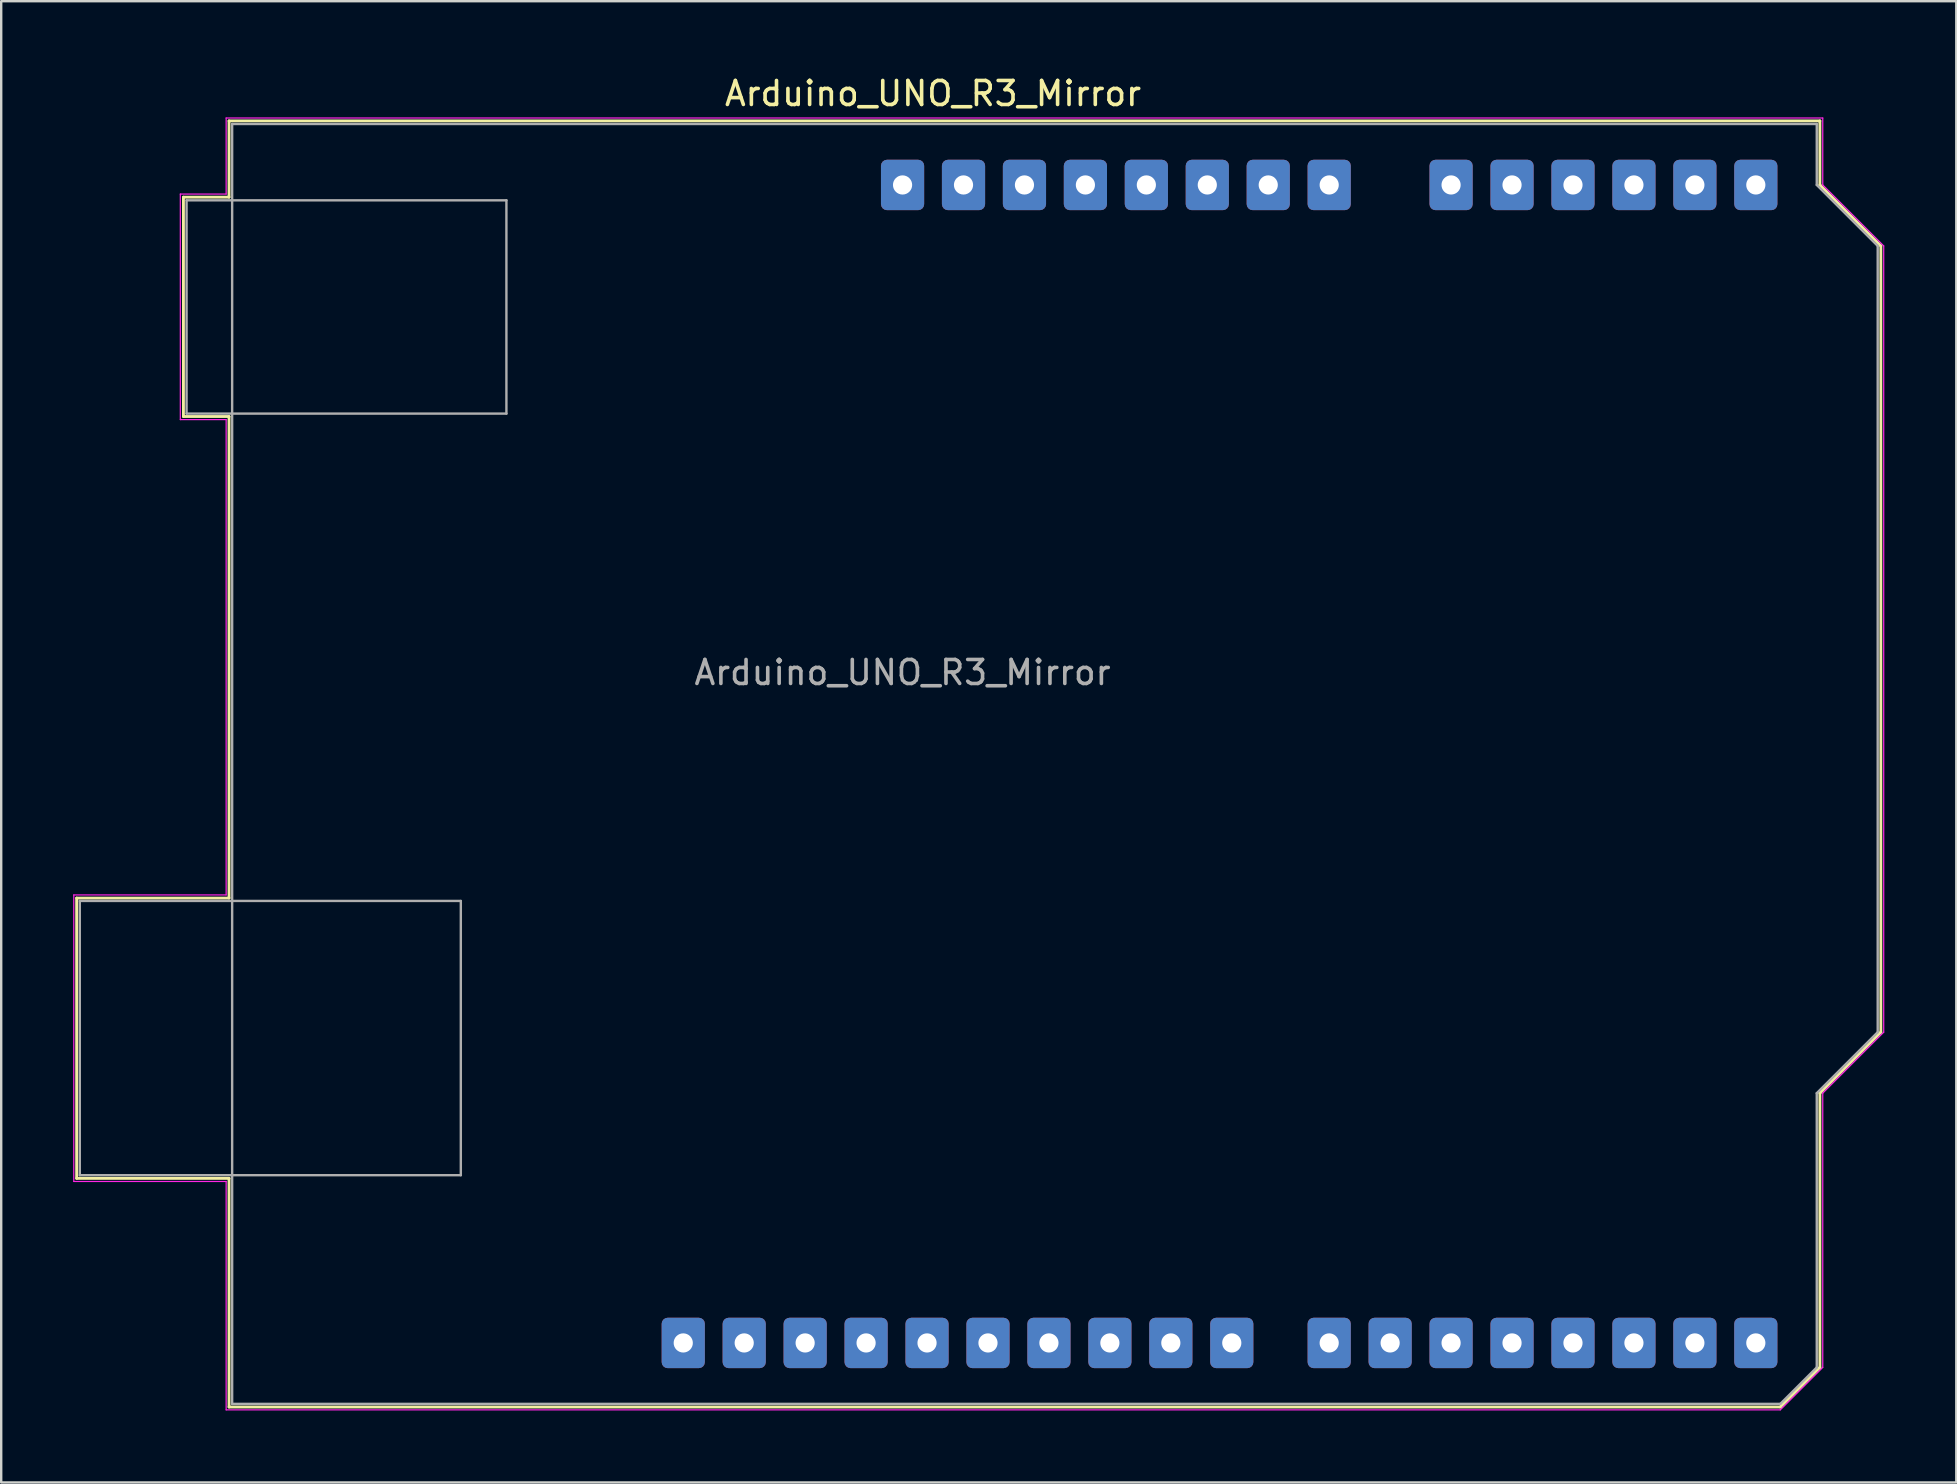
<source format=kicad_pcb>
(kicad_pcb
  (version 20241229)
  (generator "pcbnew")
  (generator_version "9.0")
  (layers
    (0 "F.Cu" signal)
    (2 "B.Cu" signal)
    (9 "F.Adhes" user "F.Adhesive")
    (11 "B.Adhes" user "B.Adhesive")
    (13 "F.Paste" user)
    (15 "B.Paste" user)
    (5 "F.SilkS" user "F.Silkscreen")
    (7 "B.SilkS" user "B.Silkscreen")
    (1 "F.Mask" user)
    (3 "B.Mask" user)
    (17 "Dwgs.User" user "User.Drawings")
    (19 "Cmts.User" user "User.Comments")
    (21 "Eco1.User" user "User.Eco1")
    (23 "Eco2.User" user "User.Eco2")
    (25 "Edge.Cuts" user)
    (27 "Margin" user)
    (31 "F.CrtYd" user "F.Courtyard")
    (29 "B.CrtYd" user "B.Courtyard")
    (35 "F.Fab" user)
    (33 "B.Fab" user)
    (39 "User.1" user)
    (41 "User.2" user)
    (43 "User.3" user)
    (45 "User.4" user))
  (footprint "Arduino_UNO_R3_Mirror"
    (layer "F.Cu")
    (at 34.565 4.658)
    (property "Reference" "Arduino_UNO_R3_Mirror" (at 1.27 -3.81 180) (layer "F.SilkS") (effects (font (size 1 1) (thickness 0.15))))
    (attr through_hole)
    (fp_line (start -34.42 29.72) (end -34.42 41.4) (stroke (width 0.12) (type solid)) (layer "F.SilkS"))
    (fp_line (start -34.42 41.4) (end -28.07 41.4) (stroke (width 0.12) (type solid)) (layer "F.SilkS"))
    (fp_line (start -29.97 0.51) (end -29.97 9.65) (stroke (width 0.12) (type solid)) (layer "F.SilkS"))
    (fp_line (start -29.97 9.65) (end -28.07 9.65) (stroke (width 0.12) (type solid)) (layer "F.SilkS"))
    (fp_line (start -28.07 -2.67) (end -28.07 0.51) (stroke (width 0.12) (type solid)) (layer "F.SilkS"))
    (fp_line (start -28.07 0.51) (end -29.97 0.51) (stroke (width 0.12) (type solid)) (layer "F.SilkS"))
    (fp_line (start -28.07 9.65) (end -28.07 29.72) (stroke (width 0.12) (type solid)) (layer "F.SilkS"))
    (fp_line (start -28.07 29.72) (end -34.42 29.72) (stroke (width 0.12) (type solid)) (layer "F.SilkS"))
    (fp_line (start -28.07 41.4) (end -28.07 50.93) (stroke (width 0.12) (type solid)) (layer "F.SilkS"))
    (fp_line (start -28.07 50.93) (end 36.58 50.93) (stroke (width 0.12) (type solid)) (layer "F.SilkS"))
    (fp_line (start 36.58 50.93) (end 38.23 49.28) (stroke (width 0.12) (type solid)) (layer "F.SilkS"))
    (fp_line (start 38.23 -2.67) (end -28.07 -2.67) (stroke (width 0.12) (type solid)) (layer "F.SilkS"))
    (fp_line (start 38.23 0) (end 38.23 -2.67) (stroke (width 0.12) (type solid)) (layer "F.SilkS"))
    (fp_line (start 38.23 37.85) (end 40.77 35.31) (stroke (width 0.12) (type solid)) (layer "F.SilkS"))
    (fp_line (start 38.23 49.28) (end 38.23 37.85) (stroke (width 0.12) (type solid)) (layer "F.SilkS"))
    (fp_line (start 40.77 2.54) (end 38.23 0) (stroke (width 0.12) (type solid)) (layer "F.SilkS"))
    (fp_line (start 40.77 35.31) (end 40.77 2.54) (stroke (width 0.12) (type solid)) (layer "F.SilkS"))
    (fp_line (start -34.54 29.59) (end -28.19 29.59) (stroke (width 0.05) (type solid)) (layer "F.CrtYd"))
    (fp_line (start -34.54 41.53) (end -34.54 29.59) (stroke (width 0.05) (type solid)) (layer "F.CrtYd"))
    (fp_line (start -30.1 0.38) (end -28.19 0.38) (stroke (width 0.05) (type solid)) (layer "F.CrtYd"))
    (fp_line (start -30.1 9.78) (end -30.1 0.38) (stroke (width 0.05) (type solid)) (layer "F.CrtYd"))
    (fp_line (start -28.19 -2.79) (end 38.35 -2.79) (stroke (width 0.05) (type solid)) (layer "F.CrtYd"))
    (fp_line (start -28.19 0.38) (end -28.19 -2.79) (stroke (width 0.05) (type solid)) (layer "F.CrtYd"))
    (fp_line (start -28.19 9.78) (end -30.1 9.78) (stroke (width 0.05) (type solid)) (layer "F.CrtYd"))
    (fp_line (start -28.19 29.59) (end -28.19 9.78) (stroke (width 0.05) (type solid)) (layer "F.CrtYd"))
    (fp_line (start -28.19 41.53) (end -34.54 41.53) (stroke (width 0.05) (type solid)) (layer "F.CrtYd"))
    (fp_line (start -28.19 51.05) (end -28.19 41.53) (stroke (width 0.05) (type solid)) (layer "F.CrtYd"))
    (fp_line (start 36.58 51.05) (end -28.19 51.05) (stroke (width 0.05) (type solid)) (layer "F.CrtYd"))
    (fp_line (start 38.35 -2.79) (end 38.35 0) (stroke (width 0.05) (type solid)) (layer "F.CrtYd"))
    (fp_line (start 38.35 0) (end 40.89 2.54) (stroke (width 0.05) (type solid)) (layer "F.CrtYd"))
    (fp_line (start 38.35 37.85) (end 38.35 49.28) (stroke (width 0.05) (type solid)) (layer "F.CrtYd"))
    (fp_line (start 38.35 49.28) (end 36.58 51.05) (stroke (width 0.05) (type solid)) (layer "F.CrtYd"))
    (fp_line (start 40.89 2.54) (end 40.89 35.31) (stroke (width 0.05) (type solid)) (layer "F.CrtYd"))
    (fp_line (start 40.89 35.31) (end 38.35 37.85) (stroke (width 0.05) (type solid)) (layer "F.CrtYd"))
    (fp_line (start -34.29 29.84) (end -18.41 29.84) (stroke (width 0.1) (type solid)) (layer "F.Fab"))
    (fp_line (start -34.29 41.27) (end -34.29 29.84) (stroke (width 0.1) (type solid)) (layer "F.Fab"))
    (fp_line (start -29.84 0.64) (end -16.51 0.64) (stroke (width 0.1) (type solid)) (layer "F.Fab"))
    (fp_line (start -29.84 9.53) (end -29.84 0.64) (stroke (width 0.1) (type solid)) (layer "F.Fab"))
    (fp_line (start -27.94 -2.54) (end 38.1 -2.54) (stroke (width 0.1) (type solid)) (layer "F.Fab"))
    (fp_line (start -27.94 50.8) (end -27.94 -2.54) (stroke (width 0.1) (type solid)) (layer "F.Fab"))
    (fp_line (start -18.41 29.84) (end -18.41 41.27) (stroke (width 0.1) (type solid)) (layer "F.Fab"))
    (fp_line (start -18.41 41.27) (end -34.29 41.27) (stroke (width 0.1) (type solid)) (layer "F.Fab"))
    (fp_line (start -16.51 0.64) (end -16.51 9.53) (stroke (width 0.1) (type solid)) (layer "F.Fab"))
    (fp_line (start -16.51 9.53) (end -29.84 9.53) (stroke (width 0.1) (type solid)) (layer "F.Fab"))
    (fp_line (start 36.58 50.8) (end -27.94 50.8) (stroke (width 0.1) (type solid)) (layer "F.Fab"))
    (fp_line (start 38.1 -2.54) (end 38.1 0) (stroke (width 0.1) (type solid)) (layer "F.Fab"))
    (fp_line (start 38.1 0) (end 40.64 2.54) (stroke (width 0.1) (type solid)) (layer "F.Fab"))
    (fp_line (start 38.1 37.85) (end 38.1 49.28) (stroke (width 0.1) (type solid)) (layer "F.Fab"))
    (fp_line (start 38.1 49.28) (end 36.58 50.8) (stroke (width 0.1) (type solid)) (layer "F.Fab"))
    (fp_line (start 40.64 2.54) (end 40.64 35.31) (stroke (width 0.1) (type solid)) (layer "F.Fab"))
    (fp_line (start 40.64 35.31) (end 38.1 37.85) (stroke (width 0.1) (type solid)) (layer "F.Fab"))
    (fp_text user "${REFERENCE}" (at 0 20.32 180) (layer "F.Fab") (effects (font (size 1 1) (thickness 0.15))))
    (pad "1" thru_hole roundrect (at 0 0 90) (size 2.1 1.8) (drill 0.8) (layers "*.Cu" "*.Mask") (roundrect_rratio 0.139))
    (pad "2" thru_hole roundrect (at 2.54 0 90) (size 2.1 1.8) (drill 0.8) (layers "*.Cu" "*.Mask") (roundrect_rratio 0.139))
    (pad "3" thru_hole roundrect (at 5.08 0 90) (size 2.1 1.8) (drill 0.8) (layers "*.Cu" "*.Mask") (roundrect_rratio 0.139))
    (pad "4" thru_hole roundrect (at 7.62 0 90) (size 2.1 1.8) (drill 0.8) (layers "*.Cu" "*.Mask") (roundrect_rratio 0.139))
    (pad "5" thru_hole roundrect (at 10.16 0 90) (size 2.1 1.8) (drill 0.8) (layers "*.Cu" "*.Mask") (roundrect_rratio 0.139))
    (pad "6" thru_hole roundrect (at 12.7 0 90) (size 2.1 1.8) (drill 0.8) (layers "*.Cu" "*.Mask") (roundrect_rratio 0.139))
    (pad "7" thru_hole roundrect (at 15.24 0 90) (size 2.1 1.8) (drill 0.8) (layers "*.Cu" "*.Mask") (roundrect_rratio 0.139))
    (pad "8" thru_hole roundrect (at 17.78 0 90) (size 2.1 1.8) (drill 0.8) (layers "*.Cu" "*.Mask") (roundrect_rratio 0.139))
    (pad "9" thru_hole roundrect (at 22.86 0 90) (size 2.1 1.8) (drill 0.8) (layers "*.Cu" "*.Mask") (roundrect_rratio 0.139))
    (pad "10" thru_hole roundrect (at 25.4 0 90) (size 2.1 1.8) (drill 0.8) (layers "*.Cu" "*.Mask") (roundrect_rratio 0.139))
    (pad "11" thru_hole roundrect (at 27.94 0 90) (size 2.1 1.8) (drill 0.8) (layers "*.Cu" "*.Mask") (roundrect_rratio 0.139))
    (pad "12" thru_hole roundrect (at 30.48 0 90) (size 2.1 1.8) (drill 0.8) (layers "*.Cu" "*.Mask") (roundrect_rratio 0.139))
    (pad "13" thru_hole roundrect (at 33.02 0 90) (size 2.1 1.8) (drill 0.8) (layers "*.Cu" "*.Mask") (roundrect_rratio 0.139))
    (pad "14" thru_hole roundrect (at 35.56 0 90) (size 2.1 1.8) (drill 0.8) (layers "*.Cu" "*.Mask") (roundrect_rratio 0.139))
    (pad "15" thru_hole roundrect (at 35.56 48.26 90) (size 2.1 1.8) (drill 0.8) (layers "*.Cu" "*.Mask") (roundrect_rratio 0.139))
    (pad "16" thru_hole roundrect (at 33.02 48.26 90) (size 2.1 1.8) (drill 0.8) (layers "*.Cu" "*.Mask") (roundrect_rratio 0.139))
    (pad "17" thru_hole roundrect (at 30.48 48.26 90) (size 2.1 1.8) (drill 0.8) (layers "*.Cu" "*.Mask") (roundrect_rratio 0.139))
    (pad "18" thru_hole roundrect (at 27.94 48.26 90) (size 2.1 1.8) (drill 0.8) (layers "*.Cu" "*.Mask") (roundrect_rratio 0.139))
    (pad "19" thru_hole roundrect (at 25.4 48.26 90) (size 2.1 1.8) (drill 0.8) (layers "*.Cu" "*.Mask") (roundrect_rratio 0.139))
    (pad "20" thru_hole roundrect (at 22.86 48.26 90) (size 2.1 1.8) (drill 0.8) (layers "*.Cu" "*.Mask") (roundrect_rratio 0.139))
    (pad "21" thru_hole roundrect (at 20.32 48.26 90) (size 2.1 1.8) (drill 0.8) (layers "*.Cu" "*.Mask") (roundrect_rratio 0.139))
    (pad "22" thru_hole roundrect (at 17.78 48.26 90) (size 2.1 1.8) (drill 0.8) (layers "*.Cu" "*.Mask") (roundrect_rratio 0.139))
    (pad "23" thru_hole roundrect (at 13.72 48.26 90) (size 2.1 1.8) (drill 0.8) (layers "*.Cu" "*.Mask") (roundrect_rratio 0.139))
    (pad "24" thru_hole roundrect (at 11.18 48.26 90) (size 2.1 1.8) (drill 0.8) (layers "*.Cu" "*.Mask") (roundrect_rratio 0.139))
    (pad "25" thru_hole roundrect (at 8.64 48.26 90) (size 2.1 1.8) (drill 0.8) (layers "*.Cu" "*.Mask") (roundrect_rratio 0.139))
    (pad "26" thru_hole roundrect (at 6.1 48.26 90) (size 2.1 1.8) (drill 0.8) (layers "*.Cu" "*.Mask") (roundrect_rratio 0.139))
    (pad "27" thru_hole roundrect (at 3.56 48.26 90) (size 2.1 1.8) (drill 0.8) (layers "*.Cu" "*.Mask") (roundrect_rratio 0.139))
    (pad "28" thru_hole roundrect (at 1.02 48.26 90) (size 2.1 1.8) (drill 0.8) (layers "*.Cu" "*.Mask") (roundrect_rratio 0.139))
    (pad "29" thru_hole roundrect (at -1.52 48.26 90) (size 2.1 1.8) (drill 0.8) (layers "*.Cu" "*.Mask") (roundrect_rratio 0.139))
    (pad "30" thru_hole roundrect (at -4.06 48.26 90) (size 2.1 1.8) (drill 0.8) (layers "*.Cu" "*.Mask") (roundrect_rratio 0.139))
    (pad "31" thru_hole roundrect (at -6.6 48.26 90) (size 2.1 1.8) (drill 0.8) (layers "*.Cu" "*.Mask") (roundrect_rratio 0.139))
    (pad "32" thru_hole roundrect (at -9.14 48.26 90) (size 2.1 1.8) (drill 0.8) (layers "*.Cu" "*.Mask") (roundrect_rratio 0.139)))
  (gr_rect
    (start -3 -3)
    (end 78.48 58.733)
    (stroke (width 0.1) (type default))
    (fill no)
    (layer "Edge.Cuts")))
</source>
